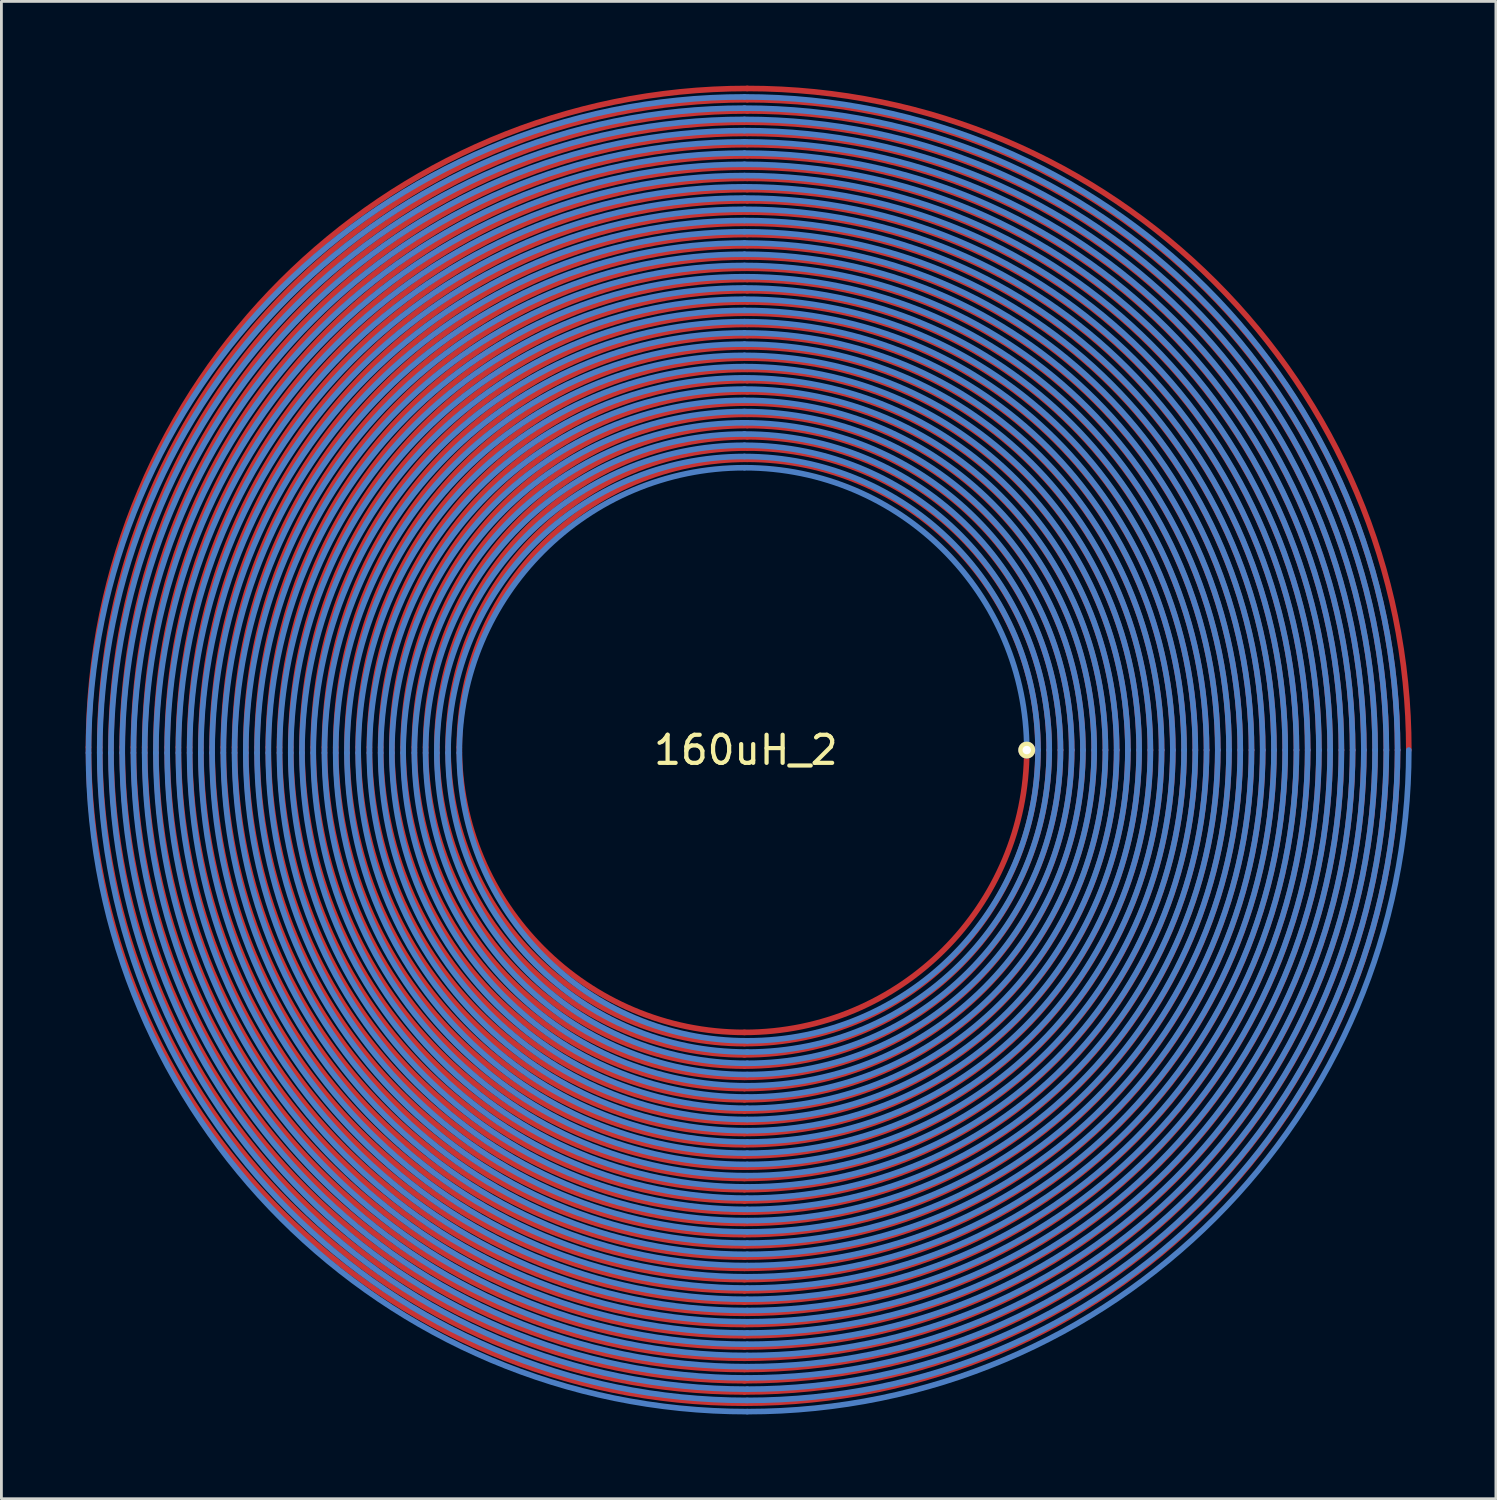
<source format=kicad_pcb>
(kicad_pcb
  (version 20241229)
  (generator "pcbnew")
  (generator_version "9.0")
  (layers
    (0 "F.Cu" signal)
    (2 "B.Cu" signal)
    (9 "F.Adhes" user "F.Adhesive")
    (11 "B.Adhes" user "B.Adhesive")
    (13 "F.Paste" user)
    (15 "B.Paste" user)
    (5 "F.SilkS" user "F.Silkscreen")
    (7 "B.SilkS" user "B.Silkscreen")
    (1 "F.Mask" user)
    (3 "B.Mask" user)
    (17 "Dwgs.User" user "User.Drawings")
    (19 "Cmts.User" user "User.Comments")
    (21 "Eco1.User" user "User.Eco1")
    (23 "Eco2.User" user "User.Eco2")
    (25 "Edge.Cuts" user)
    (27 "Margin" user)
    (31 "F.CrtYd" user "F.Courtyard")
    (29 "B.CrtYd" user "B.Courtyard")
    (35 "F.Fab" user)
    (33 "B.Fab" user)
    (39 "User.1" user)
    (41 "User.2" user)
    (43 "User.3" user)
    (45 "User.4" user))
  (footprint "160uH_2"
    (layer "F.Cu")
    (at 23.5 23.65)
    (property "Reference" "160uH_2" (at 0 0 0) (layer "F.SilkS") (effects (font (size 1 1) (thickness 0.15))))
    (attr smd)
    (fp_arc (start -23.4 -0.1) (mid -16.531654 -16.681654) (end 0.05 -23.55) (stroke (width 0.2) (type solid)) (layer "F.Cu"))
    (fp_arc (start -23 -0.1) (mid -16.248811 -16.398811) (end 0.05 -23.15) (stroke (width 0.2) (type solid)) (layer "F.Cu"))
    (fp_arc (start -22.6 -0.1) (mid -15.965969 -16.115969) (end 0.05 -22.75) (stroke (width 0.2) (type solid)) (layer "F.Cu"))
    (fp_arc (start -22.2 -0.1) (mid -15.683126 -15.833126) (end 0.05 -22.35) (stroke (width 0.2) (type solid)) (layer "F.Cu"))
    (fp_arc (start -21.8 -0.1) (mid -15.400283 -15.550283) (end 0.05 -21.95) (stroke (width 0.2) (type solid)) (layer "F.Cu"))
    (fp_arc (start -21.4 -0.1) (mid -15.11744 -15.26744) (end 0.05 -21.55) (stroke (width 0.2) (type solid)) (layer "F.Cu"))
    (fp_arc (start -21 -0.1) (mid -14.834598 -14.984598) (end 0.05 -21.15) (stroke (width 0.2) (type solid)) (layer "F.Cu"))
    (fp_arc (start -20.6 -0.1) (mid -14.551755 -14.701755) (end 0.05 -20.75) (stroke (width 0.2) (type solid)) (layer "F.Cu"))
    (fp_arc (start -20.2 -0.1) (mid -14.268912 -14.418912) (end 0.05 -20.35) (stroke (width 0.2) (type solid)) (layer "F.Cu"))
    (fp_arc (start -19.8 -0.1) (mid -13.98607 -14.13607) (end 0.05 -19.95) (stroke (width 0.2) (type solid)) (layer "F.Cu"))
    (fp_arc (start -19.4 -0.1) (mid -13.703227 -13.853227) (end 0.05 -19.55) (stroke (width 0.2) (type solid)) (layer "F.Cu"))
    (fp_arc (start -19 -0.1) (mid -13.420384 -13.570384) (end 0.05 -19.15) (stroke (width 0.2) (type solid)) (layer "F.Cu"))
    (fp_arc (start -18.6 -0.1) (mid -13.137541 -13.287541) (end 0.05 -18.75) (stroke (width 0.2) (type solid)) (layer "F.Cu"))
    (fp_arc (start -18.2 -0.1) (mid -12.854699 -13.004699) (end 0.05 -18.35) (stroke (width 0.2) (type solid)) (layer "F.Cu"))
    (fp_arc (start -17.8 -0.1) (mid -12.571856 -12.721856) (end 0.05 -17.95) (stroke (width 0.2) (type solid)) (layer "F.Cu"))
    (fp_arc (start -17.4 -0.1) (mid -12.289013 -12.439013) (end 0.05 -17.55) (stroke (width 0.2) (type solid)) (layer "F.Cu"))
    (fp_arc (start -17 -0.1) (mid -12.006171 -12.156171) (end 0.05 -17.15) (stroke (width 0.2) (type solid)) (layer "F.Cu"))
    (fp_arc (start -16.6 -0.1) (mid -11.723328 -11.873328) (end 0.05 -16.75) (stroke (width 0.2) (type solid)) (layer "F.Cu"))
    (fp_arc (start -16.2 -0.1) (mid -11.440485 -11.590485) (end 0.05 -16.35) (stroke (width 0.2) (type solid)) (layer "F.Cu"))
    (fp_arc (start -15.8 -0.1) (mid -11.157642 -11.307642) (end 0.05 -15.95) (stroke (width 0.2) (type solid)) (layer "F.Cu"))
    (fp_arc (start -15.4 -0.1) (mid -10.8748 -11.0248) (end 0.05 -15.55) (stroke (width 0.2) (type solid)) (layer "F.Cu"))
    (fp_arc (start -15 -0.1) (mid -10.591957 -10.741957) (end 0.05 -15.15) (stroke (width 0.2) (type solid)) (layer "F.Cu"))
    (fp_arc (start -14.6 -0.1) (mid -10.309114 -10.459114) (end 0.05 -14.75) (stroke (width 0.2) (type solid)) (layer "F.Cu"))
    (fp_arc (start -14.2 -0.1) (mid -10.026272 -10.176272) (end 0.05 -14.35) (stroke (width 0.2) (type solid)) (layer "F.Cu"))
    (fp_arc (start -13.8 -0.1) (mid -9.743429 -9.893429) (end 0.05 -13.95) (stroke (width 0.2) (type solid)) (layer "F.Cu"))
    (fp_arc (start -13.4 -0.1) (mid -9.460586 -9.610586) (end 0.05 -13.55) (stroke (width 0.2) (type solid)) (layer "F.Cu"))
    (fp_arc (start -13 -0.1) (mid -9.177743 -9.327743) (end 0.05 -13.15) (stroke (width 0.2) (type solid)) (layer "F.Cu"))
    (fp_arc (start -12.6 -0.1) (mid -8.894901 -9.044901) (end 0.05 -12.75) (stroke (width 0.2) (type solid)) (layer "F.Cu"))
    (fp_arc (start -12.2 -0.1) (mid -8.612058 -8.762058) (end 0.05 -12.35) (stroke (width 0.2) (type solid)) (layer "F.Cu"))
    (fp_arc (start -11.8 -0.1) (mid -8.329215 -8.479215) (end 0.05 -11.95) (stroke (width 0.2) (type solid)) (layer "F.Cu"))
    (fp_arc (start -11.4 -0.1) (mid -8.046373 -8.196373) (end 0.05 -11.55) (stroke (width 0.2) (type solid)) (layer "F.Cu"))
    (fp_arc (start -11 -0.1) (mid -7.76353 -7.91353) (end 0.05 -11.15) (stroke (width 0.2) (type solid)) (layer "F.Cu"))
    (fp_arc (start -10.6 -0.1) (mid -7.480687 -7.630687) (end 0.05 -10.75) (stroke (width 0.2) (type solid)) (layer "F.Cu"))
    (fp_arc (start -10.2 -0.1) (mid -7.197845 -7.347845) (end 0.05 -10.35) (stroke (width 0.2) (type solid)) (layer "F.Cu"))
    (fp_arc (start -0.05 10.05) (mid -7.227134 7.077134) (end -10.2 -0.1) (stroke (width 0.2) (type solid)) (layer "F.Cu"))
    (fp_arc (start -0.05 10.45) (mid -7.509977 7.359977) (end -10.6 -0.1) (stroke (width 0.2) (type solid)) (layer "F.Cu"))
    (fp_arc (start -0.05 10.85) (mid -7.792819 7.642819) (end -11 -0.1) (stroke (width 0.2) (type solid)) (layer "F.Cu"))
    (fp_arc (start -0.05 11.25) (mid -8.075662 7.925662) (end -11.4 -0.1) (stroke (width 0.2) (type solid)) (layer "F.Cu"))
    (fp_arc (start -0.05 11.65) (mid -8.358505 8.208505) (end -11.8 -0.1) (stroke (width 0.2) (type solid)) (layer "F.Cu"))
    (fp_arc (start -0.05 12.05) (mid -8.641347 8.491347) (end -12.2 -0.1) (stroke (width 0.2) (type solid)) (layer "F.Cu"))
    (fp_arc (start -0.05 12.45) (mid -8.92419 8.77419) (end -12.6 -0.1) (stroke (width 0.2) (type solid)) (layer "F.Cu"))
    (fp_arc (start -0.05 12.85) (mid -9.207033 9.057033) (end -13 -0.1) (stroke (width 0.2) (type solid)) (layer "F.Cu"))
    (fp_arc (start -0.05 13.25) (mid -9.489876 9.339876) (end -13.4 -0.1) (stroke (width 0.2) (type solid)) (layer "F.Cu"))
    (fp_arc (start -0.05 13.65) (mid -9.772718 9.622718) (end -13.8 -0.1) (stroke (width 0.2) (type solid)) (layer "F.Cu"))
    (fp_arc (start -0.05 14.05) (mid -10.055561 9.905561) (end -14.2 -0.1) (stroke (width 0.2) (type solid)) (layer "F.Cu"))
    (fp_arc (start -0.05 14.45) (mid -10.338404 10.188404) (end -14.6 -0.1) (stroke (width 0.2) (type solid)) (layer "F.Cu"))
    (fp_arc (start -0.05 14.85) (mid -10.621246 10.471246) (end -15 -0.1) (stroke (width 0.2) (type solid)) (layer "F.Cu"))
    (fp_arc (start -0.05 15.25) (mid -10.904089 10.754089) (end -15.4 -0.1) (stroke (width 0.2) (type solid)) (layer "F.Cu"))
    (fp_arc (start -0.05 15.65) (mid -11.186932 11.036932) (end -15.8 -0.1) (stroke (width 0.2) (type solid)) (layer "F.Cu"))
    (fp_arc (start -0.05 16.05) (mid -11.469775 11.319775) (end -16.2 -0.1) (stroke (width 0.2) (type solid)) (layer "F.Cu"))
    (fp_arc (start -0.05 16.45) (mid -11.752617 11.602617) (end -16.6 -0.1) (stroke (width 0.2) (type solid)) (layer "F.Cu"))
    (fp_arc (start -0.05 16.85) (mid -12.03546 11.88546) (end -17 -0.1) (stroke (width 0.2) (type solid)) (layer "F.Cu"))
    (fp_arc (start -0.05 17.25) (mid -12.318303 12.168303) (end -17.4 -0.1) (stroke (width 0.2) (type solid)) (layer "F.Cu"))
    (fp_arc (start -0.05 17.65) (mid -12.601145 12.451145) (end -17.8 -0.1) (stroke (width 0.2) (type solid)) (layer "F.Cu"))
    (fp_arc (start -0.05 18.05) (mid -12.883988 12.733988) (end -18.2 -0.1) (stroke (width 0.2) (type solid)) (layer "F.Cu"))
    (fp_arc (start -0.05 18.45) (mid -13.166831 13.016831) (end -18.6 -0.1) (stroke (width 0.2) (type solid)) (layer "F.Cu"))
    (fp_arc (start -0.05 18.85) (mid -13.449674 13.299674) (end -19 -0.1) (stroke (width 0.2) (type solid)) (layer "F.Cu"))
    (fp_arc (start -0.05 19.25) (mid -13.732516 13.582516) (end -19.4 -0.1) (stroke (width 0.2) (type solid)) (layer "F.Cu"))
    (fp_arc (start -0.05 19.65) (mid -14.015359 13.865359) (end -19.8 -0.1) (stroke (width 0.2) (type solid)) (layer "F.Cu"))
    (fp_arc (start -0.05 20.05) (mid -14.298202 14.148202) (end -20.2 -0.1) (stroke (width 0.2) (type solid)) (layer "F.Cu"))
    (fp_arc (start -0.05 20.45) (mid -14.581044 14.431044) (end -20.6 -0.1) (stroke (width 0.2) (type solid)) (layer "F.Cu"))
    (fp_arc (start -0.05 20.85) (mid -14.863887 14.713887) (end -21 -0.1) (stroke (width 0.2) (type solid)) (layer "F.Cu"))
    (fp_arc (start -0.05 21.25) (mid -15.14673 14.99673) (end -21.4 -0.1) (stroke (width 0.2) (type solid)) (layer "F.Cu"))
    (fp_arc (start -0.05 21.65) (mid -15.429572 15.279572) (end -21.8 -0.1) (stroke (width 0.2) (type solid)) (layer "F.Cu"))
    (fp_arc (start -0.05 22.05) (mid -15.712415 15.562415) (end -22.2 -0.1) (stroke (width 0.2) (type solid)) (layer "F.Cu"))
    (fp_arc (start -0.05 22.45) (mid -15.995258 15.845258) (end -22.6 -0.1) (stroke (width 0.2) (type solid)) (layer "F.Cu"))
    (fp_arc (start -0.05 22.85) (mid -16.278101 16.128101) (end -23 -0.1) (stroke (width 0.2) (type solid)) (layer "F.Cu"))
    (fp_arc (start -0.05 23.25) (mid -16.560943 16.410943) (end -23.4 -0.1) (stroke (width 0.2) (type solid)) (layer "F.Cu"))
    (fp_arc (start 0.05 -23.55) (mid 16.702365 -16.652365) (end 23.6 0) (stroke (width 0.2) (type solid)) (layer "F.Cu"))
    (fp_arc (start 0.05 -23.15) (mid 16.419522 -16.369522) (end 23.2 0) (stroke (width 0.2) (type solid)) (layer "F.Cu"))
    (fp_arc (start 0.05 -22.75) (mid 16.136679 -16.086679) (end 22.8 0) (stroke (width 0.2) (type solid)) (layer "F.Cu"))
    (fp_arc (start 0.05 -22.35) (mid 15.853837 -15.803837) (end 22.4 0) (stroke (width 0.2) (type solid)) (layer "F.Cu"))
    (fp_arc (start 0.05 -21.95) (mid 15.570994 -15.520994) (end 22 0) (stroke (width 0.2) (type solid)) (layer "F.Cu"))
    (fp_arc (start 0.05 -21.55) (mid 15.288151 -15.238151) (end 21.6 0) (stroke (width 0.2) (type solid)) (layer "F.Cu"))
    (fp_arc (start 0.05 -21.15) (mid 15.005308 -14.955308) (end 21.2 0) (stroke (width 0.2) (type solid)) (layer "F.Cu"))
    (fp_arc (start 0.05 -20.75) (mid 14.722466 -14.672466) (end 20.8 0) (stroke (width 0.2) (type solid)) (layer "F.Cu"))
    (fp_arc (start 0.05 -20.35) (mid 14.439623 -14.389623) (end 20.4 0) (stroke (width 0.2) (type solid)) (layer "F.Cu"))
    (fp_arc (start 0.05 -19.95) (mid 14.15678 -14.10678) (end 20 0) (stroke (width 0.2) (type solid)) (layer "F.Cu"))
    (fp_arc (start 0.05 -19.55) (mid 13.873938 -13.823938) (end 19.6 0) (stroke (width 0.2) (type solid)) (layer "F.Cu"))
    (fp_arc (start 0.05 -19.15) (mid 13.591095 -13.541095) (end 19.2 0) (stroke (width 0.2) (type solid)) (layer "F.Cu"))
    (fp_arc (start 0.05 -18.75) (mid 13.308252 -13.258252) (end 18.8 0) (stroke (width 0.2) (type solid)) (layer "F.Cu"))
    (fp_arc (start 0.05 -18.35) (mid 13.025409 -12.975409) (end 18.4 0) (stroke (width 0.2) (type solid)) (layer "F.Cu"))
    (fp_arc (start 0.05 -17.95) (mid 12.742567 -12.692567) (end 18 0) (stroke (width 0.2) (type solid)) (layer "F.Cu"))
    (fp_arc (start 0.05 -17.55) (mid 12.459724 -12.409724) (end 17.6 0) (stroke (width 0.2) (type solid)) (layer "F.Cu"))
    (fp_arc (start 0.05 -17.15) (mid 12.176881 -12.126881) (end 17.2 0) (stroke (width 0.2) (type solid)) (layer "F.Cu"))
    (fp_arc (start 0.05 -16.75) (mid 11.894039 -11.844039) (end 16.8 0) (stroke (width 0.2) (type solid)) (layer "F.Cu"))
    (fp_arc (start 0.05 -16.35) (mid 11.611196 -11.561196) (end 16.4 0) (stroke (width 0.2) (type solid)) (layer "F.Cu"))
    (fp_arc (start 0.05 -15.95) (mid 11.328353 -11.278353) (end 16 0) (stroke (width 0.2) (type solid)) (layer "F.Cu"))
    (fp_arc (start 0.05 -15.55) (mid 11.04551 -10.99551) (end 15.6 0) (stroke (width 0.2) (type solid)) (layer "F.Cu"))
    (fp_arc (start 0.05 -15.15) (mid 10.762668 -10.712668) (end 15.2 0) (stroke (width 0.2) (type solid)) (layer "F.Cu"))
    (fp_arc (start 0.05 -14.75) (mid 10.479825 -10.429825) (end 14.8 0) (stroke (width 0.2) (type solid)) (layer "F.Cu"))
    (fp_arc (start 0.05 -14.35) (mid 10.196982 -10.146982) (end 14.4 0) (stroke (width 0.2) (type solid)) (layer "F.Cu"))
    (fp_arc (start 0.05 -13.95) (mid 9.91414 -9.86414) (end 14 0) (stroke (width 0.2) (type solid)) (layer "F.Cu"))
    (fp_arc (start 0.05 -13.55) (mid 9.631297 -9.581297) (end 13.6 0) (stroke (width 0.2) (type solid)) (layer "F.Cu"))
    (fp_arc (start 0.05 -13.15) (mid 9.348454 -9.298454) (end 13.2 0) (stroke (width 0.2) (type solid)) (layer "F.Cu"))
    (fp_arc (start 0.05 -12.75) (mid 9.065611 -9.015611) (end 12.8 0) (stroke (width 0.2) (type solid)) (layer "F.Cu"))
    (fp_arc (start 0.05 -12.35) (mid 8.782769 -8.732769) (end 12.4 0) (stroke (width 0.2) (type solid)) (layer "F.Cu"))
    (fp_arc (start 0.05 -11.95) (mid 8.499926 -8.449926) (end 12 0) (stroke (width 0.2) (type solid)) (layer "F.Cu"))
    (fp_arc (start 0.05 -11.55) (mid 8.217083 -8.167083) (end 11.6 0) (stroke (width 0.2) (type solid)) (layer "F.Cu"))
    (fp_arc (start 0.05 -11.15) (mid 7.934241 -7.884241) (end 11.2 0) (stroke (width 0.2) (type solid)) (layer "F.Cu"))
    (fp_arc (start 0.05 -10.75) (mid 7.651398 -7.601398) (end 10.8 0) (stroke (width 0.2) (type solid)) (layer "F.Cu"))
    (fp_arc (start 0.05 -10.35) (mid 7.368555 -7.318555) (end 10.4 0) (stroke (width 0.2) (type solid)) (layer "F.Cu"))
    (fp_arc (start 10 0) (mid 7.056423 7.106423) (end -0.05 10.05) (stroke (width 0.2) (type solid)) (layer "F.Cu"))
    (fp_arc (start 10.4 0) (mid 7.339266 7.389266) (end -0.05 10.45) (stroke (width 0.2) (type solid)) (layer "F.Cu"))
    (fp_arc (start 10.8 0) (mid 7.622109 7.672109) (end -0.05 10.85) (stroke (width 0.2) (type solid)) (layer "F.Cu"))
    (fp_arc (start 11.2 0) (mid 7.904951 7.954951) (end -0.05 11.25) (stroke (width 0.2) (type solid)) (layer "F.Cu"))
    (fp_arc (start 11.6 0) (mid 8.187794 8.237794) (end -0.05 11.65) (stroke (width 0.2) (type solid)) (layer "F.Cu"))
    (fp_arc (start 12 0) (mid 8.470637 8.520637) (end -0.05 12.05) (stroke (width 0.2) (type solid)) (layer "F.Cu"))
    (fp_arc (start 12.4 0) (mid 8.753479 8.803479) (end -0.05 12.45) (stroke (width 0.2) (type solid)) (layer "F.Cu"))
    (fp_arc (start 12.8 0) (mid 9.036322 9.086322) (end -0.05 12.85) (stroke (width 0.2) (type solid)) (layer "F.Cu"))
    (fp_arc (start 13.2 0) (mid 9.319165 9.369165) (end -0.05 13.25) (stroke (width 0.2) (type solid)) (layer "F.Cu"))
    (fp_arc (start 13.6 0) (mid 9.602008 9.652008) (end -0.05 13.65) (stroke (width 0.2) (type solid)) (layer "F.Cu"))
    (fp_arc (start 14 0) (mid 9.88485 9.93485) (end -0.05 14.05) (stroke (width 0.2) (type solid)) (layer "F.Cu"))
    (fp_arc (start 14.4 0) (mid 10.167693 10.217693) (end -0.05 14.45) (stroke (width 0.2) (type solid)) (layer "F.Cu"))
    (fp_arc (start 14.8 0) (mid 10.450536 10.500536) (end -0.05 14.85) (stroke (width 0.2) (type solid)) (layer "F.Cu"))
    (fp_arc (start 15.2 0) (mid 10.733378 10.783378) (end -0.05 15.25) (stroke (width 0.2) (type solid)) (layer "F.Cu"))
    (fp_arc (start 15.6 0) (mid 11.016221 11.066221) (end -0.05 15.65) (stroke (width 0.2) (type solid)) (layer "F.Cu"))
    (fp_arc (start 16 0) (mid 11.299064 11.349064) (end -0.05 16.05) (stroke (width 0.2) (type solid)) (layer "F.Cu"))
    (fp_arc (start 16.4 0) (mid 11.581907 11.631907) (end -0.05 16.45) (stroke (width 0.2) (type solid)) (layer "F.Cu"))
    (fp_arc (start 16.8 0) (mid 11.864749 11.914749) (end -0.05 16.85) (stroke (width 0.2) (type solid)) (layer "F.Cu"))
    (fp_arc (start 17.2 0) (mid 12.147592 12.197592) (end -0.05 17.25) (stroke (width 0.2) (type solid)) (layer "F.Cu"))
    (fp_arc (start 17.6 0) (mid 12.430435 12.480435) (end -0.05 17.65) (stroke (width 0.2) (type solid)) (layer "F.Cu"))
    (fp_arc (start 18 0) (mid 12.713277 12.763277) (end -0.05 18.05) (stroke (width 0.2) (type solid)) (layer "F.Cu"))
    (fp_arc (start 18.4 0) (mid 12.99612 13.04612) (end -0.05 18.45) (stroke (width 0.2) (type solid)) (layer "F.Cu"))
    (fp_arc (start 18.8 0) (mid 13.278963 13.328963) (end -0.05 18.85) (stroke (width 0.2) (type solid)) (layer "F.Cu"))
    (fp_arc (start 19.2 0) (mid 13.561806 13.611806) (end -0.05 19.25) (stroke (width 0.2) (type solid)) (layer "F.Cu"))
    (fp_arc (start 19.6 0) (mid 13.844648 13.894648) (end -0.05 19.65) (stroke (width 0.2) (type solid)) (layer "F.Cu"))
    (fp_arc (start 20 0) (mid 14.127491 14.177491) (end -0.05 20.05) (stroke (width 0.2) (type solid)) (layer "F.Cu"))
    (fp_arc (start 20.4 0) (mid 14.410334 14.460334) (end -0.05 20.45) (stroke (width 0.2) (type solid)) (layer "F.Cu"))
    (fp_arc (start 20.8 0) (mid 14.693176 14.743176) (end -0.05 20.85) (stroke (width 0.2) (type solid)) (layer "F.Cu"))
    (fp_arc (start 21.2 0) (mid 14.976019 15.026019) (end -0.05 21.25) (stroke (width 0.2) (type solid)) (layer "F.Cu"))
    (fp_arc (start 21.6 0) (mid 15.258862 15.308862) (end -0.05 21.65) (stroke (width 0.2) (type solid)) (layer "F.Cu"))
    (fp_arc (start 22 0) (mid 15.541705 15.591705) (end -0.05 22.05) (stroke (width 0.2) (type solid)) (layer "F.Cu"))
    (fp_arc (start 22.4 0) (mid 15.824547 15.874547) (end -0.05 22.45) (stroke (width 0.2) (type solid)) (layer "F.Cu"))
    (fp_arc (start 22.8 0) (mid 16.10739 16.15739) (end -0.05 22.85) (stroke (width 0.2) (type solid)) (layer "F.Cu"))
    (fp_arc (start 23.2 0) (mid 16.390233 16.440233) (end -0.05 23.25) (stroke (width 0.2) (type solid)) (layer "F.Cu"))
    (fp_arc (start -23.4 0.1) (mid -16.560943 -16.410943) (end -0.05 -23.25) (stroke (width 0.2) (type solid)) (layer "B.Cu"))
    (fp_arc (start -23 0.1) (mid -16.278101 -16.128101) (end -0.05 -22.85) (stroke (width 0.2) (type solid)) (layer "B.Cu"))
    (fp_arc (start -22.6 0.1) (mid -15.995258 -15.845258) (end -0.05 -22.45) (stroke (width 0.2) (type solid)) (layer "B.Cu"))
    (fp_arc (start -22.2 0.1) (mid -15.712415 -15.562415) (end -0.05 -22.05) (stroke (width 0.2) (type solid)) (layer "B.Cu"))
    (fp_arc (start -21.8 0.1) (mid -15.429572 -15.279572) (end -0.05 -21.65) (stroke (width 0.2) (type solid)) (layer "B.Cu"))
    (fp_arc (start -21.4 0.1) (mid -15.14673 -14.99673) (end -0.05 -21.25) (stroke (width 0.2) (type solid)) (layer "B.Cu"))
    (fp_arc (start -21 0.1) (mid -14.863887 -14.713887) (end -0.05 -20.85) (stroke (width 0.2) (type solid)) (layer "B.Cu"))
    (fp_arc (start -20.6 0.1) (mid -14.581044 -14.431044) (end -0.05 -20.45) (stroke (width 0.2) (type solid)) (layer "B.Cu"))
    (fp_arc (start -20.2 0.1) (mid -14.298202 -14.148202) (end -0.05 -20.05) (stroke (width 0.2) (type solid)) (layer "B.Cu"))
    (fp_arc (start -19.8 0.1) (mid -14.015359 -13.865359) (end -0.05 -19.65) (stroke (width 0.2) (type solid)) (layer "B.Cu"))
    (fp_arc (start -19.4 0.1) (mid -13.732516 -13.582516) (end -0.05 -19.25) (stroke (width 0.2) (type solid)) (layer "B.Cu"))
    (fp_arc (start -19 0.1) (mid -13.449674 -13.299674) (end -0.05 -18.85) (stroke (width 0.2) (type solid)) (layer "B.Cu"))
    (fp_arc (start -18.6 0.1) (mid -13.166831 -13.016831) (end -0.05 -18.45) (stroke (width 0.2) (type solid)) (layer "B.Cu"))
    (fp_arc (start -18.2 0.1) (mid -12.883988 -12.733988) (end -0.05 -18.05) (stroke (width 0.2) (type solid)) (layer "B.Cu"))
    (fp_arc (start -17.8 0.1) (mid -12.601145 -12.451145) (end -0.05 -17.65) (stroke (width 0.2) (type solid)) (layer "B.Cu"))
    (fp_arc (start -17.4 0.1) (mid -12.318303 -12.168303) (end -0.05 -17.25) (stroke (width 0.2) (type solid)) (layer "B.Cu"))
    (fp_arc (start -17 0.1) (mid -12.03546 -11.88546) (end -0.05 -16.85) (stroke (width 0.2) (type solid)) (layer "B.Cu"))
    (fp_arc (start -16.6 0.1) (mid -11.752617 -11.602617) (end -0.05 -16.45) (stroke (width 0.2) (type solid)) (layer "B.Cu"))
    (fp_arc (start -16.2 0.1) (mid -11.469775 -11.319775) (end -0.05 -16.05) (stroke (width 0.2) (type solid)) (layer "B.Cu"))
    (fp_arc (start -15.8 0.1) (mid -11.186932 -11.036932) (end -0.05 -15.65) (stroke (width 0.2) (type solid)) (layer "B.Cu"))
    (fp_arc (start -15.4 0.1) (mid -10.904089 -10.754089) (end -0.05 -15.25) (stroke (width 0.2) (type solid)) (layer "B.Cu"))
    (fp_arc (start -15 0.1) (mid -10.621246 -10.471246) (end -0.05 -14.85) (stroke (width 0.2) (type solid)) (layer "B.Cu"))
    (fp_arc (start -14.6 0.1) (mid -10.338404 -10.188404) (end -0.05 -14.45) (stroke (width 0.2) (type solid)) (layer "B.Cu"))
    (fp_arc (start -14.2 0.1) (mid -10.055561 -9.905561) (end -0.05 -14.05) (stroke (width 0.2) (type solid)) (layer "B.Cu"))
    (fp_arc (start -13.8 0.1) (mid -9.772718 -9.622718) (end -0.05 -13.65) (stroke (width 0.2) (type solid)) (layer "B.Cu"))
    (fp_arc (start -13.4 0.1) (mid -9.489876 -9.339876) (end -0.05 -13.25) (stroke (width 0.2) (type solid)) (layer "B.Cu"))
    (fp_arc (start -13 0.1) (mid -9.207033 -9.057033) (end -0.05 -12.85) (stroke (width 0.2) (type solid)) (layer "B.Cu"))
    (fp_arc (start -12.6 0.1) (mid -8.92419 -8.77419) (end -0.05 -12.45) (stroke (width 0.2) (type solid)) (layer "B.Cu"))
    (fp_arc (start -12.2 0.1) (mid -8.641347 -8.491347) (end -0.05 -12.05) (stroke (width 0.2) (type solid)) (layer "B.Cu"))
    (fp_arc (start -11.8 0.1) (mid -8.358505 -8.208505) (end -0.05 -11.65) (stroke (width 0.2) (type solid)) (layer "B.Cu"))
    (fp_arc (start -11.4 0.1) (mid -8.075662 -7.925662) (end -0.05 -11.25) (stroke (width 0.2) (type solid)) (layer "B.Cu"))
    (fp_arc (start -11 0.1) (mid -7.792819 -7.642819) (end -0.05 -10.85) (stroke (width 0.2) (type solid)) (layer "B.Cu"))
    (fp_arc (start -10.6 0.1) (mid -7.509977 -7.359977) (end -0.05 -10.45) (stroke (width 0.2) (type solid)) (layer "B.Cu"))
    (fp_arc (start -10.2 0.1) (mid -7.227134 -7.077134) (end -0.05 -10.05) (stroke (width 0.2) (type solid)) (layer "B.Cu"))
    (fp_arc (start -0.05 -23.25) (mid 16.390233 -16.440233) (end 23.2 0) (stroke (width 0.2) (type solid)) (layer "B.Cu"))
    (fp_arc (start -0.05 -22.85) (mid 16.10739 -16.15739) (end 22.8 0) (stroke (width 0.2) (type solid)) (layer "B.Cu"))
    (fp_arc (start -0.05 -22.45) (mid 15.824547 -15.874547) (end 22.4 0) (stroke (width 0.2) (type solid)) (layer "B.Cu"))
    (fp_arc (start -0.05 -22.05) (mid 15.541705 -15.591705) (end 22 0) (stroke (width 0.2) (type solid)) (layer "B.Cu"))
    (fp_arc (start -0.05 -21.65) (mid 15.258862 -15.308862) (end 21.6 0) (stroke (width 0.2) (type solid)) (layer "B.Cu"))
    (fp_arc (start -0.05 -21.25) (mid 14.976019 -15.026019) (end 21.2 0) (stroke (width 0.2) (type solid)) (layer "B.Cu"))
    (fp_arc (start -0.05 -20.85) (mid 14.693176 -14.743176) (end 20.8 0) (stroke (width 0.2) (type solid)) (layer "B.Cu"))
    (fp_arc (start -0.05 -20.45) (mid 14.410334 -14.460334) (end 20.4 0) (stroke (width 0.2) (type solid)) (layer "B.Cu"))
    (fp_arc (start -0.05 -20.05) (mid 14.127491 -14.177491) (end 20 0) (stroke (width 0.2) (type solid)) (layer "B.Cu"))
    (fp_arc (start -0.05 -19.65) (mid 13.844648 -13.894648) (end 19.6 0) (stroke (width 0.2) (type solid)) (layer "B.Cu"))
    (fp_arc (start -0.05 -19.25) (mid 13.561806 -13.611806) (end 19.2 0) (stroke (width 0.2) (type solid)) (layer "B.Cu"))
    (fp_arc (start -0.05 -18.85) (mid 13.278963 -13.328963) (end 18.8 0) (stroke (width 0.2) (type solid)) (layer "B.Cu"))
    (fp_arc (start -0.05 -18.45) (mid 12.99612 -13.04612) (end 18.4 0) (stroke (width 0.2) (type solid)) (layer "B.Cu"))
    (fp_arc (start -0.05 -18.05) (mid 12.713277 -12.763277) (end 18 0) (stroke (width 0.2) (type solid)) (layer "B.Cu"))
    (fp_arc (start -0.05 -17.65) (mid 12.430435 -12.480435) (end 17.6 0) (stroke (width 0.2) (type solid)) (layer "B.Cu"))
    (fp_arc (start -0.05 -17.25) (mid 12.147592 -12.197592) (end 17.2 0) (stroke (width 0.2) (type solid)) (layer "B.Cu"))
    (fp_arc (start -0.05 -16.85) (mid 11.864749 -11.914749) (end 16.8 0) (stroke (width 0.2) (type solid)) (layer "B.Cu"))
    (fp_arc (start -0.05 -16.45) (mid 11.581907 -11.631907) (end 16.4 0) (stroke (width 0.2) (type solid)) (layer "B.Cu"))
    (fp_arc (start -0.05 -16.05) (mid 11.299064 -11.349064) (end 16 0) (stroke (width 0.2) (type solid)) (layer "B.Cu"))
    (fp_arc (start -0.05 -15.65) (mid 11.016221 -11.066221) (end 15.6 0) (stroke (width 0.2) (type solid)) (layer "B.Cu"))
    (fp_arc (start -0.05 -15.25) (mid 10.733378 -10.783378) (end 15.2 0) (stroke (width 0.2) (type solid)) (layer "B.Cu"))
    (fp_arc (start -0.05 -14.85) (mid 10.450536 -10.500536) (end 14.8 0) (stroke (width 0.2) (type solid)) (layer "B.Cu"))
    (fp_arc (start -0.05 -14.45) (mid 10.167693 -10.217693) (end 14.4 0) (stroke (width 0.2) (type solid)) (layer "B.Cu"))
    (fp_arc (start -0.05 -14.05) (mid 9.88485 -9.93485) (end 14 0) (stroke (width 0.2) (type solid)) (layer "B.Cu"))
    (fp_arc (start -0.05 -13.65) (mid 9.602008 -9.652008) (end 13.6 0) (stroke (width 0.2) (type solid)) (layer "B.Cu"))
    (fp_arc (start -0.05 -13.25) (mid 9.319165 -9.369165) (end 13.2 0) (stroke (width 0.2) (type solid)) (layer "B.Cu"))
    (fp_arc (start -0.05 -12.85) (mid 9.036322 -9.086322) (end 12.8 0) (stroke (width 0.2) (type solid)) (layer "B.Cu"))
    (fp_arc (start -0.05 -12.45) (mid 8.753479 -8.803479) (end 12.4 0) (stroke (width 0.2) (type solid)) (layer "B.Cu"))
    (fp_arc (start -0.05 -12.05) (mid 8.470637 -8.520637) (end 12 0) (stroke (width 0.2) (type solid)) (layer "B.Cu"))
    (fp_arc (start -0.05 -11.65) (mid 8.187794 -8.237794) (end 11.6 0) (stroke (width 0.2) (type solid)) (layer "B.Cu"))
    (fp_arc (start -0.05 -11.25) (mid 7.904951 -7.954951) (end 11.2 0) (stroke (width 0.2) (type solid)) (layer "B.Cu"))
    (fp_arc (start -0.05 -10.85) (mid 7.622109 -7.672109) (end 10.8 0) (stroke (width 0.2) (type solid)) (layer "B.Cu"))
    (fp_arc (start -0.05 -10.45) (mid 7.339266 -7.389266) (end 10.4 0) (stroke (width 0.2) (type solid)) (layer "B.Cu"))
    (fp_arc (start -0.05 -10.05) (mid 7.056423 -7.106423) (end 10 0) (stroke (width 0.2) (type solid)) (layer "B.Cu"))
    (fp_arc (start 0.05 10.35) (mid -7.197845 7.347845) (end -10.2 0.1) (stroke (width 0.2) (type solid)) (layer "B.Cu"))
    (fp_arc (start 0.05 10.75) (mid -7.480687 7.630687) (end -10.6 0.1) (stroke (width 0.2) (type solid)) (layer "B.Cu"))
    (fp_arc (start 0.05 11.15) (mid -7.76353 7.91353) (end -11 0.1) (stroke (width 0.2) (type solid)) (layer "B.Cu"))
    (fp_arc (start 0.05 11.55) (mid -8.046373 8.196373) (end -11.4 0.1) (stroke (width 0.2) (type solid)) (layer "B.Cu"))
    (fp_arc (start 0.05 11.95) (mid -8.329215 8.479215) (end -11.8 0.1) (stroke (width 0.2) (type solid)) (layer "B.Cu"))
    (fp_arc (start 0.05 12.35) (mid -8.612058 8.762058) (end -12.2 0.1) (stroke (width 0.2) (type solid)) (layer "B.Cu"))
    (fp_arc (start 0.05 12.75) (mid -8.894901 9.044901) (end -12.6 0.1) (stroke (width 0.2) (type solid)) (layer "B.Cu"))
    (fp_arc (start 0.05 13.15) (mid -9.177743 9.327743) (end -13 0.1) (stroke (width 0.2) (type solid)) (layer "B.Cu"))
    (fp_arc (start 0.05 13.55) (mid -9.460586 9.610586) (end -13.4 0.1) (stroke (width 0.2) (type solid)) (layer "B.Cu"))
    (fp_arc (start 0.05 13.95) (mid -9.743429 9.893429) (end -13.8 0.1) (stroke (width 0.2) (type solid)) (layer "B.Cu"))
    (fp_arc (start 0.05 14.35) (mid -10.026272 10.176272) (end -14.2 0.1) (stroke (width 0.2) (type solid)) (layer "B.Cu"))
    (fp_arc (start 0.05 14.75) (mid -10.309114 10.459114) (end -14.6 0.1) (stroke (width 0.2) (type solid)) (layer "B.Cu"))
    (fp_arc (start 0.05 15.15) (mid -10.591957 10.741957) (end -15 0.1) (stroke (width 0.2) (type solid)) (layer "B.Cu"))
    (fp_arc (start 0.05 15.55) (mid -10.8748 11.0248) (end -15.4 0.1) (stroke (width 0.2) (type solid)) (layer "B.Cu"))
    (fp_arc (start 0.05 15.95) (mid -11.157642 11.307642) (end -15.8 0.1) (stroke (width 0.2) (type solid)) (layer "B.Cu"))
    (fp_arc (start 0.05 16.35) (mid -11.440485 11.590485) (end -16.2 0.1) (stroke (width 0.2) (type solid)) (layer "B.Cu"))
    (fp_arc (start 0.05 16.75) (mid -11.723328 11.873328) (end -16.6 0.1) (stroke (width 0.2) (type solid)) (layer "B.Cu"))
    (fp_arc (start 0.05 17.15) (mid -12.006171 12.156171) (end -17 0.1) (stroke (width 0.2) (type solid)) (layer "B.Cu"))
    (fp_arc (start 0.05 17.55) (mid -12.289013 12.439013) (end -17.4 0.1) (stroke (width 0.2) (type solid)) (layer "B.Cu"))
    (fp_arc (start 0.05 17.95) (mid -12.571856 12.721856) (end -17.8 0.1) (stroke (width 0.2) (type solid)) (layer "B.Cu"))
    (fp_arc (start 0.05 18.35) (mid -12.854699 13.004699) (end -18.2 0.1) (stroke (width 0.2) (type solid)) (layer "B.Cu"))
    (fp_arc (start 0.05 18.75) (mid -13.137541 13.287541) (end -18.6 0.1) (stroke (width 0.2) (type solid)) (layer "B.Cu"))
    (fp_arc (start 0.05 19.15) (mid -13.420384 13.570384) (end -19 0.1) (stroke (width 0.2) (type solid)) (layer "B.Cu"))
    (fp_arc (start 0.05 19.55) (mid -13.703227 13.853227) (end -19.4 0.1) (stroke (width 0.2) (type solid)) (layer "B.Cu"))
    (fp_arc (start 0.05 19.95) (mid -13.98607 14.13607) (end -19.8 0.1) (stroke (width 0.2) (type solid)) (layer "B.Cu"))
    (fp_arc (start 0.05 20.35) (mid -14.268912 14.418912) (end -20.2 0.1) (stroke (width 0.2) (type solid)) (layer "B.Cu"))
    (fp_arc (start 0.05 20.75) (mid -14.551755 14.701755) (end -20.6 0.1) (stroke (width 0.2) (type solid)) (layer "B.Cu"))
    (fp_arc (start 0.05 21.15) (mid -14.834598 14.984598) (end -21 0.1) (stroke (width 0.2) (type solid)) (layer "B.Cu"))
    (fp_arc (start 0.05 21.55) (mid -15.11744 15.26744) (end -21.4 0.1) (stroke (width 0.2) (type solid)) (layer "B.Cu"))
    (fp_arc (start 0.05 21.95) (mid -15.400283 15.550283) (end -21.8 0.1) (stroke (width 0.2) (type solid)) (layer "B.Cu"))
    (fp_arc (start 0.05 22.35) (mid -15.683126 15.833126) (end -22.2 0.1) (stroke (width 0.2) (type solid)) (layer "B.Cu"))
    (fp_arc (start 0.05 22.75) (mid -15.965969 16.115969) (end -22.6 0.1) (stroke (width 0.2) (type solid)) (layer "B.Cu"))
    (fp_arc (start 0.05 23.15) (mid -16.248811 16.398811) (end -23 0.1) (stroke (width 0.2) (type solid)) (layer "B.Cu"))
    (fp_arc (start 0.05 23.55) (mid -16.531654 16.681654) (end -23.4 0.1) (stroke (width 0.2) (type solid)) (layer "B.Cu"))
    (fp_arc (start 10.4 0) (mid 7.368555 7.318555) (end 0.05 10.35) (stroke (width 0.2) (type solid)) (layer "B.Cu"))
    (fp_arc (start 10.8 0) (mid 7.651398 7.601398) (end 0.05 10.75) (stroke (width 0.2) (type solid)) (layer "B.Cu"))
    (fp_arc (start 11.2 0) (mid 7.934241 7.884241) (end 0.05 11.15) (stroke (width 0.2) (type solid)) (layer "B.Cu"))
    (fp_arc (start 11.6 0) (mid 8.217083 8.167083) (end 0.05 11.55) (stroke (width 0.2) (type solid)) (layer "B.Cu"))
    (fp_arc (start 12 0) (mid 8.499926 8.449926) (end 0.05 11.95) (stroke (width 0.2) (type solid)) (layer "B.Cu"))
    (fp_arc (start 12.4 0) (mid 8.782769 8.732769) (end 0.05 12.35) (stroke (width 0.2) (type solid)) (layer "B.Cu"))
    (fp_arc (start 12.8 0) (mid 9.065611 9.015611) (end 0.05 12.75) (stroke (width 0.2) (type solid)) (layer "B.Cu"))
    (fp_arc (start 13.2 0) (mid 9.348454 9.298454) (end 0.05 13.15) (stroke (width 0.2) (type solid)) (layer "B.Cu"))
    (fp_arc (start 13.6 0) (mid 9.631297 9.581297) (end 0.05 13.55) (stroke (width 0.2) (type solid)) (layer "B.Cu"))
    (fp_arc (start 14 0) (mid 9.91414 9.86414) (end 0.05 13.95) (stroke (width 0.2) (type solid)) (layer "B.Cu"))
    (fp_arc (start 14.4 0) (mid 10.196982 10.146982) (end 0.05 14.35) (stroke (width 0.2) (type solid)) (layer "B.Cu"))
    (fp_arc (start 14.8 0) (mid 10.479825 10.429825) (end 0.05 14.75) (stroke (width 0.2) (type solid)) (layer "B.Cu"))
    (fp_arc (start 15.2 0) (mid 10.762668 10.712668) (end 0.05 15.15) (stroke (width 0.2) (type solid)) (layer "B.Cu"))
    (fp_arc (start 15.6 0) (mid 11.04551 10.99551) (end 0.05 15.55) (stroke (width 0.2) (type solid)) (layer "B.Cu"))
    (fp_arc (start 16 0) (mid 11.328353 11.278353) (end 0.05 15.95) (stroke (width 0.2) (type solid)) (layer "B.Cu"))
    (fp_arc (start 16.4 0) (mid 11.611196 11.561196) (end 0.05 16.35) (stroke (width 0.2) (type solid)) (layer "B.Cu"))
    (fp_arc (start 16.8 0) (mid 11.894039 11.844039) (end 0.05 16.75) (stroke (width 0.2) (type solid)) (layer "B.Cu"))
    (fp_arc (start 17.2 0) (mid 12.176881 12.126881) (end 0.05 17.15) (stroke (width 0.2) (type solid)) (layer "B.Cu"))
    (fp_arc (start 17.6 0) (mid 12.459724 12.409724) (end 0.05 17.55) (stroke (width 0.2) (type solid)) (layer "B.Cu"))
    (fp_arc (start 18 0) (mid 12.742567 12.692567) (end 0.05 17.95) (stroke (width 0.2) (type solid)) (layer "B.Cu"))
    (fp_arc (start 18.4 0) (mid 13.025409 12.975409) (end 0.05 18.35) (stroke (width 0.2) (type solid)) (layer "B.Cu"))
    (fp_arc (start 18.8 0) (mid 13.308252 13.258252) (end 0.05 18.75) (stroke (width 0.2) (type solid)) (layer "B.Cu"))
    (fp_arc (start 19.2 0) (mid 13.591095 13.541095) (end 0.05 19.15) (stroke (width 0.2) (type solid)) (layer "B.Cu"))
    (fp_arc (start 19.6 0) (mid 13.873938 13.823938) (end 0.05 19.55) (stroke (width 0.2) (type solid)) (layer "B.Cu"))
    (fp_arc (start 20 0) (mid 14.15678 14.10678) (end 0.05 19.95) (stroke (width 0.2) (type solid)) (layer "B.Cu"))
    (fp_arc (start 20.4 0) (mid 14.439623 14.389623) (end 0.05 20.35) (stroke (width 0.2) (type solid)) (layer "B.Cu"))
    (fp_arc (start 20.8 0) (mid 14.722466 14.672466) (end 0.05 20.75) (stroke (width 0.2) (type solid)) (layer "B.Cu"))
    (fp_arc (start 21.2 0) (mid 15.005308 14.955308) (end 0.05 21.15) (stroke (width 0.2) (type solid)) (layer "B.Cu"))
    (fp_arc (start 21.6 0) (mid 15.288151 15.238151) (end 0.05 21.55) (stroke (width 0.2) (type solid)) (layer "B.Cu"))
    (fp_arc (start 22 0) (mid 15.570994 15.520994) (end 0.05 21.95) (stroke (width 0.2) (type solid)) (layer "B.Cu"))
    (fp_arc (start 22.4 0) (mid 15.853837 15.803837) (end 0.05 22.35) (stroke (width 0.2) (type solid)) (layer "B.Cu"))
    (fp_arc (start 22.8 0) (mid 16.136679 16.086679) (end 0.05 22.75) (stroke (width 0.2) (type solid)) (layer "B.Cu"))
    (fp_arc (start 23.2 0) (mid 16.419522 16.369522) (end 0.05 23.15) (stroke (width 0.2) (type solid)) (layer "B.Cu"))
    (fp_arc (start 23.6 0) (mid 16.702365 16.652365) (end 0.05 23.55) (stroke (width 0.2) (type solid)) (layer "B.Cu"))
    (pad "1" smd rect (at 23.6 0) (size 0.1 0.1) (layers "F.Cu" "F.Mask" "F.Paste"))
    (pad "2" smd rect (at 23.6 0) (size 0.1 0.1) (layers "B.Cu" "B.Mask" "B.Paste"))
    (pad "lc" thru_hole circle (at 10 0) (size 0.6 0.6) (drill 0.3) (layers "*.Cu" "*.Mask" "F.SilkS")))
  (gr_rect
    (start -3 -3)
    (end 50.2 50.3)
    (stroke (width 0.1) (type default))
    (fill no)
    (layer "Edge.Cuts")))
</source>
